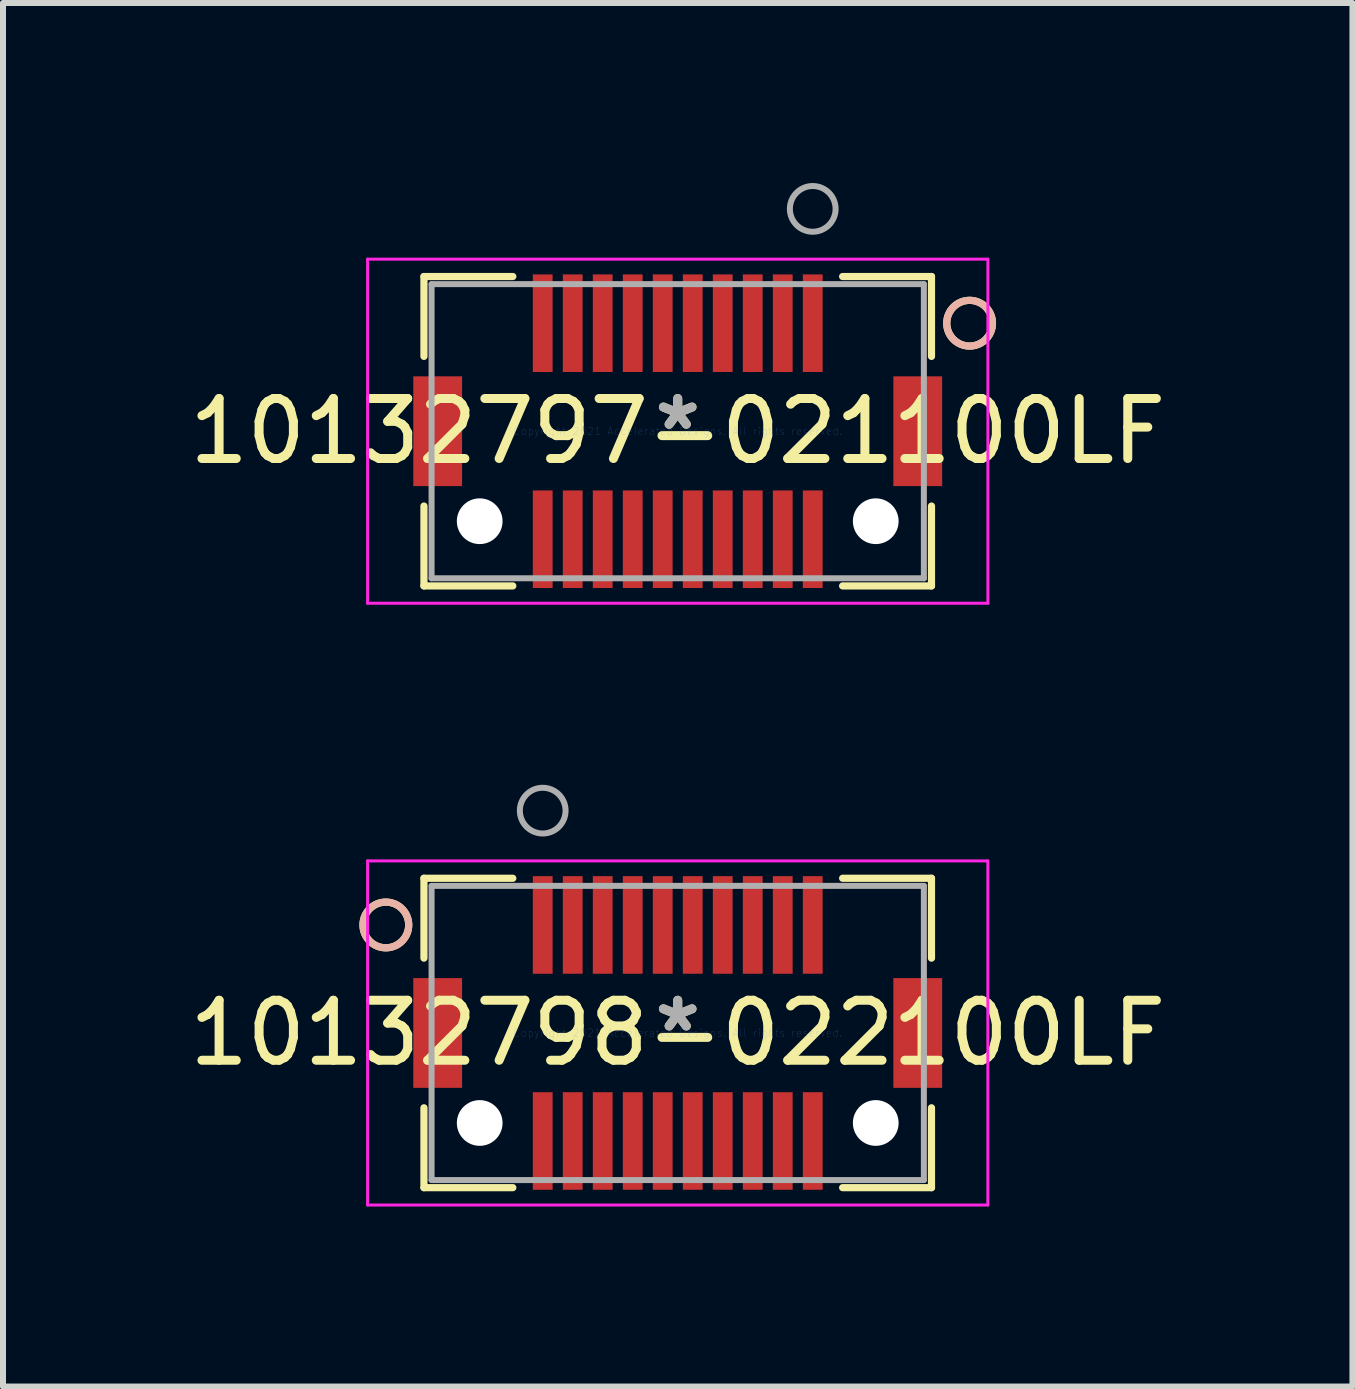
<source format=kicad_pcb>
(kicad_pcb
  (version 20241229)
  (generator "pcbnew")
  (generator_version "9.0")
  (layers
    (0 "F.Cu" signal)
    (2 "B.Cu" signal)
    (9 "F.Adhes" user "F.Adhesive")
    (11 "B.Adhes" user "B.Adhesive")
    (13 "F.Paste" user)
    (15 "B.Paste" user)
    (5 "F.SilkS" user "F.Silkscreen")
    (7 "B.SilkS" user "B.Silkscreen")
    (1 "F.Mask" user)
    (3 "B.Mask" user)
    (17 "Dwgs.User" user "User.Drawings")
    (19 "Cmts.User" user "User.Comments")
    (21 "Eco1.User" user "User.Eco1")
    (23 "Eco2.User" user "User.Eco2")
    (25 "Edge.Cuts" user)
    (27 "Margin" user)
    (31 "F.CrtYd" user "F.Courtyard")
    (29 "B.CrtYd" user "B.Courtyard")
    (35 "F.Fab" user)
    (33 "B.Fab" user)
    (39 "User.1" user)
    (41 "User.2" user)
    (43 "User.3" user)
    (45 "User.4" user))
  (footprint "10132797-021100LF"
    (layer "F.Cu")
    (at 8.414 4.136)
    (property "Reference" "10132797-021100LF" (at -0.17 0 0) (layer "F.SilkS") (effects (font (size 1 1) (thickness 0.15))))
    (attr through_hole)
    (fp_line (start -4.399 -2.578) (end -2.918 -2.578) (stroke (width 0.12) (type solid)) (layer "F.SilkS"))
    (fp_line (start -4.399 -1.247) (end -4.399 -2.578) (stroke (width 0.12) (type solid)) (layer "F.SilkS"))
    (fp_line (start -4.399 2.578) (end -4.399 1.247) (stroke (width 0.12) (type solid)) (layer "F.SilkS"))
    (fp_line (start -2.918 2.578) (end -4.399 2.578) (stroke (width 0.12) (type solid)) (layer "F.SilkS"))
    (fp_line (start 2.578 -2.578) (end 4.059 -2.578) (stroke (width 0.12) (type solid)) (layer "F.SilkS"))
    (fp_line (start 4.059 -2.578) (end 4.059 -1.247) (stroke (width 0.12) (type solid)) (layer "F.SilkS"))
    (fp_line (start 4.059 1.247) (end 4.059 2.578) (stroke (width 0.12) (type solid)) (layer "F.SilkS"))
    (fp_line (start 4.059 2.578) (end 2.578 2.578) (stroke (width 0.12) (type solid)) (layer "F.SilkS"))
    (fp_circle (center 4.694 -1.8) (end 4.313 -1.8) (stroke (width 0.12) (type solid)) (fill no) (layer "F.SilkS"))
    (fp_circle (center 4.694 -1.8) (end 4.313 -1.8) (stroke (width 0.12) (type solid)) (fill no) (layer "B.SilkS"))
    (fp_line (start -5.338 -2.867) (end 4.999 -2.867) (stroke (width 0.05) (type solid)) (layer "F.CrtYd"))
    (fp_line (start -5.338 2.867) (end -5.338 -2.867) (stroke (width 0.05) (type solid)) (layer "F.CrtYd"))
    (fp_line (start 4.999 -2.867) (end 4.999 2.867) (stroke (width 0.05) (type solid)) (layer "F.CrtYd"))
    (fp_line (start 4.999 2.867) (end -5.338 2.867) (stroke (width 0.05) (type solid)) (layer "F.CrtYd"))
    (fp_line (start -4.272 -2.451) (end 3.932 -2.451) (stroke (width 0.1) (type solid)) (layer "F.Fab"))
    (fp_line (start -4.272 2.451) (end -4.272 -2.451) (stroke (width 0.1) (type solid)) (layer "F.Fab"))
    (fp_line (start 3.932 -2.451) (end 3.932 2.451) (stroke (width 0.1) (type solid)) (layer "F.Fab"))
    (fp_line (start 3.932 2.451) (end -4.272 2.451) (stroke (width 0.1) (type solid)) (layer "F.Fab"))
    (fp_circle (center 2.08 -3.705) (end 1.699 -3.705) (stroke (width 0.1) (type solid)) (fill no) (layer "F.Fab"))
    (fp_text user "*" (at -0.17 0 0) (layer "F.SilkS") (effects (font (size 1 1) (thickness 0.15))))
    (fp_text user "Copyright 2021 Accelerated Designs. All rights reserved." (at -0.17 0 0) (layer "Cmts.User") (effects (font (size 0.127 0.127) (thickness 0.002))))
    (fp_text user "*" (at -0.17 0 0) (layer "F.Fab") (effects (font (size 1 1) (thickness 0.15))))
    (pad "" np_thru_hole circle (at -3.47 1.5) (size 0.762 0.762) (drill 0.762) (layers "*.Cu" "*.Mask"))
    (pad "" np_thru_hole circle (at 3.13 1.5) (size 0.762 0.762) (drill 0.762) (layers "*.Cu" "*.Mask"))
    (pad "1" smd rect (at 2.08 -1.8) (size 0.33 1.626) (layers "F.Cu" "F.Mask" "F.Paste"))
    (pad "2" smd rect (at 1.58 -1.8) (size 0.33 1.626) (layers "F.Cu" "F.Mask" "F.Paste"))
    (pad "3" smd rect (at 1.08 -1.8) (size 0.33 1.626) (layers "F.Cu" "F.Mask" "F.Paste"))
    (pad "4" smd rect (at 0.58 -1.8) (size 0.33 1.626) (layers "F.Cu" "F.Mask" "F.Paste"))
    (pad "5" smd rect (at 0.08 -1.8) (size 0.33 1.626) (layers "F.Cu" "F.Mask" "F.Paste"))
    (pad "6" smd rect (at -0.42 -1.8) (size 0.33 1.626) (layers "F.Cu" "F.Mask" "F.Paste"))
    (pad "7" smd rect (at -0.92 -1.8) (size 0.33 1.626) (layers "F.Cu" "F.Mask" "F.Paste"))
    (pad "8" smd rect (at -1.42 -1.8) (size 0.33 1.626) (layers "F.Cu" "F.Mask" "F.Paste"))
    (pad "9" smd rect (at -1.92 -1.8) (size 0.33 1.626) (layers "F.Cu" "F.Mask" "F.Paste"))
    (pad "10" smd rect (at -2.42 -1.8) (size 0.33 1.626) (layers "F.Cu" "F.Mask" "F.Paste"))
    (pad "11" smd rect (at -2.42 1.8) (size 0.33 1.626) (layers "F.Cu" "F.Mask" "F.Paste"))
    (pad "12" smd rect (at -1.92 1.8) (size 0.33 1.626) (layers "F.Cu" "F.Mask" "F.Paste"))
    (pad "13" smd rect (at -1.42 1.8) (size 0.33 1.626) (layers "F.Cu" "F.Mask" "F.Paste"))
    (pad "14" smd rect (at -0.92 1.8) (size 0.33 1.626) (layers "F.Cu" "F.Mask" "F.Paste"))
    (pad "15" smd rect (at -0.42 1.8) (size 0.33 1.626) (layers "F.Cu" "F.Mask" "F.Paste"))
    (pad "16" smd rect (at 0.08 1.8) (size 0.33 1.626) (layers "F.Cu" "F.Mask" "F.Paste"))
    (pad "17" smd rect (at 0.58 1.8) (size 0.33 1.626) (layers "F.Cu" "F.Mask" "F.Paste"))
    (pad "18" smd rect (at 1.08 1.8) (size 0.33 1.626) (layers "F.Cu" "F.Mask" "F.Paste"))
    (pad "19" smd rect (at 1.58 1.8) (size 0.33 1.626) (layers "F.Cu" "F.Mask" "F.Paste"))
    (pad "20" smd rect (at 2.08 1.8) (size 0.33 1.626) (layers "F.Cu" "F.Mask" "F.Paste"))
    (pad "21" smd rect (at 3.83 0) (size 0.813 1.829) (layers "F.Cu" "F.Mask" "F.Paste"))
    (pad "22" smd rect (at -4.17 0) (size 0.813 1.829) (layers "F.Cu" "F.Mask" "F.Paste")))
  (footprint "10132798-022100LF"
    (layer "F.Cu")
    (at 8.244 14.164)
    (property "Reference" "10132798-022100LF" (at 0 0 0) (layer "F.SilkS") (effects (font (size 1 1) (thickness 0.15))))
    (attr through_hole)
    (fp_line (start -4.229 -2.578) (end -4.229 -1.247) (stroke (width 0.12) (type solid)) (layer "F.SilkS"))
    (fp_line (start -4.229 1.247) (end -4.229 2.578) (stroke (width 0.12) (type solid)) (layer "F.SilkS"))
    (fp_line (start -4.229 2.578) (end -2.748 2.578) (stroke (width 0.12) (type solid)) (layer "F.SilkS"))
    (fp_line (start -2.748 -2.578) (end -4.229 -2.578) (stroke (width 0.12) (type solid)) (layer "F.SilkS"))
    (fp_line (start 2.748 2.578) (end 4.229 2.578) (stroke (width 0.12) (type solid)) (layer "F.SilkS"))
    (fp_line (start 4.229 -2.578) (end 2.748 -2.578) (stroke (width 0.12) (type solid)) (layer "F.SilkS"))
    (fp_line (start 4.229 -1.247) (end 4.229 -2.578) (stroke (width 0.12) (type solid)) (layer "F.SilkS"))
    (fp_line (start 4.229 2.578) (end 4.229 1.247) (stroke (width 0.12) (type solid)) (layer "F.SilkS"))
    (fp_circle (center -4.864 -1.8) (end -4.483 -1.8) (stroke (width 0.12) (type solid)) (fill no) (layer "F.SilkS"))
    (fp_circle (center -4.864 -1.8) (end -4.483 -1.8) (stroke (width 0.12) (type solid)) (fill no) (layer "B.SilkS"))
    (fp_line (start -5.168 -2.867) (end -5.168 2.867) (stroke (width 0.05) (type solid)) (layer "F.CrtYd"))
    (fp_line (start -5.168 2.867) (end 5.168 2.867) (stroke (width 0.05) (type solid)) (layer "F.CrtYd"))
    (fp_line (start 5.168 -2.867) (end -5.168 -2.867) (stroke (width 0.05) (type solid)) (layer "F.CrtYd"))
    (fp_line (start 5.168 2.867) (end 5.168 -2.867) (stroke (width 0.05) (type solid)) (layer "F.CrtYd"))
    (fp_line (start -4.102 -2.451) (end -4.102 2.451) (stroke (width 0.1) (type solid)) (layer "F.Fab"))
    (fp_line (start -4.102 2.451) (end 4.102 2.451) (stroke (width 0.1) (type solid)) (layer "F.Fab"))
    (fp_line (start 4.102 -2.451) (end -4.102 -2.451) (stroke (width 0.1) (type solid)) (layer "F.Fab"))
    (fp_line (start 4.102 2.451) (end 4.102 -2.451) (stroke (width 0.1) (type solid)) (layer "F.Fab"))
    (fp_circle (center -2.25 -3.705) (end -1.869 -3.705) (stroke (width 0.1) (type solid)) (fill no) (layer "F.Fab"))
    (fp_text user "*" (at 0 0 0) (layer "F.SilkS") (effects (font (size 1 1) (thickness 0.15))))
    (fp_text user "Copyright 2021 Accelerated Designs. All rights reserved." (at 0 0 0) (layer "Cmts.User") (effects (font (size 0.127 0.127) (thickness 0.002))))
    (fp_text user "*" (at 0 0 0) (layer "F.Fab") (effects (font (size 1 1) (thickness 0.15))))
    (pad "" np_thru_hole circle (at -3.3 1.5) (size 0.762 0.762) (drill 0.762) (layers "*.Cu" "*.Mask"))
    (pad "" np_thru_hole circle (at 3.3 1.5) (size 0.762 0.762) (drill 0.762) (layers "*.Cu" "*.Mask"))
    (pad "1" smd rect (at -2.25 -1.8) (size 0.33 1.626) (layers "F.Cu" "F.Mask" "F.Paste"))
    (pad "2" smd rect (at -1.75 -1.8) (size 0.33 1.626) (layers "F.Cu" "F.Mask" "F.Paste"))
    (pad "3" smd rect (at -1.25 -1.8) (size 0.33 1.626) (layers "F.Cu" "F.Mask" "F.Paste"))
    (pad "4" smd rect (at -0.75 -1.8) (size 0.33 1.626) (layers "F.Cu" "F.Mask" "F.Paste"))
    (pad "5" smd rect (at -0.25 -1.8) (size 0.33 1.626) (layers "F.Cu" "F.Mask" "F.Paste"))
    (pad "6" smd rect (at 0.25 -1.8) (size 0.33 1.626) (layers "F.Cu" "F.Mask" "F.Paste"))
    (pad "7" smd rect (at 0.75 -1.8) (size 0.33 1.626) (layers "F.Cu" "F.Mask" "F.Paste"))
    (pad "8" smd rect (at 1.25 -1.8) (size 0.33 1.626) (layers "F.Cu" "F.Mask" "F.Paste"))
    (pad "9" smd rect (at 1.75 -1.8) (size 0.33 1.626) (layers "F.Cu" "F.Mask" "F.Paste"))
    (pad "10" smd rect (at 2.25 -1.8) (size 0.33 1.626) (layers "F.Cu" "F.Mask" "F.Paste"))
    (pad "11" smd rect (at 2.25 1.8) (size 0.33 1.626) (layers "F.Cu" "F.Mask" "F.Paste"))
    (pad "12" smd rect (at 1.75 1.8) (size 0.33 1.626) (layers "F.Cu" "F.Mask" "F.Paste"))
    (pad "13" smd rect (at 1.25 1.8) (size 0.33 1.626) (layers "F.Cu" "F.Mask" "F.Paste"))
    (pad "14" smd rect (at 0.75 1.8) (size 0.33 1.626) (layers "F.Cu" "F.Mask" "F.Paste"))
    (pad "15" smd rect (at 0.25 1.8) (size 0.33 1.626) (layers "F.Cu" "F.Mask" "F.Paste"))
    (pad "16" smd rect (at -0.25 1.8) (size 0.33 1.626) (layers "F.Cu" "F.Mask" "F.Paste"))
    (pad "17" smd rect (at -0.75 1.8) (size 0.33 1.626) (layers "F.Cu" "F.Mask" "F.Paste"))
    (pad "18" smd rect (at -1.25 1.8) (size 0.33 1.626) (layers "F.Cu" "F.Mask" "F.Paste"))
    (pad "19" smd rect (at -1.75 1.8) (size 0.33 1.626) (layers "F.Cu" "F.Mask" "F.Paste"))
    (pad "20" smd rect (at -2.25 1.8) (size 0.33 1.626) (layers "F.Cu" "F.Mask" "F.Paste"))
    (pad "21" smd rect (at -4 0) (size 0.813 1.829) (layers "F.Cu" "F.Mask" "F.Paste"))
    (pad "22" smd rect (at 4 0) (size 0.813 1.829) (layers "F.Cu" "F.Mask" "F.Paste")))
  (gr_rect
    (start -3 -3)
    (end 19.488 20.056)
    (stroke (width 0.1) (type default))
    (fill no)
    (layer "Edge.Cuts")))
</source>
